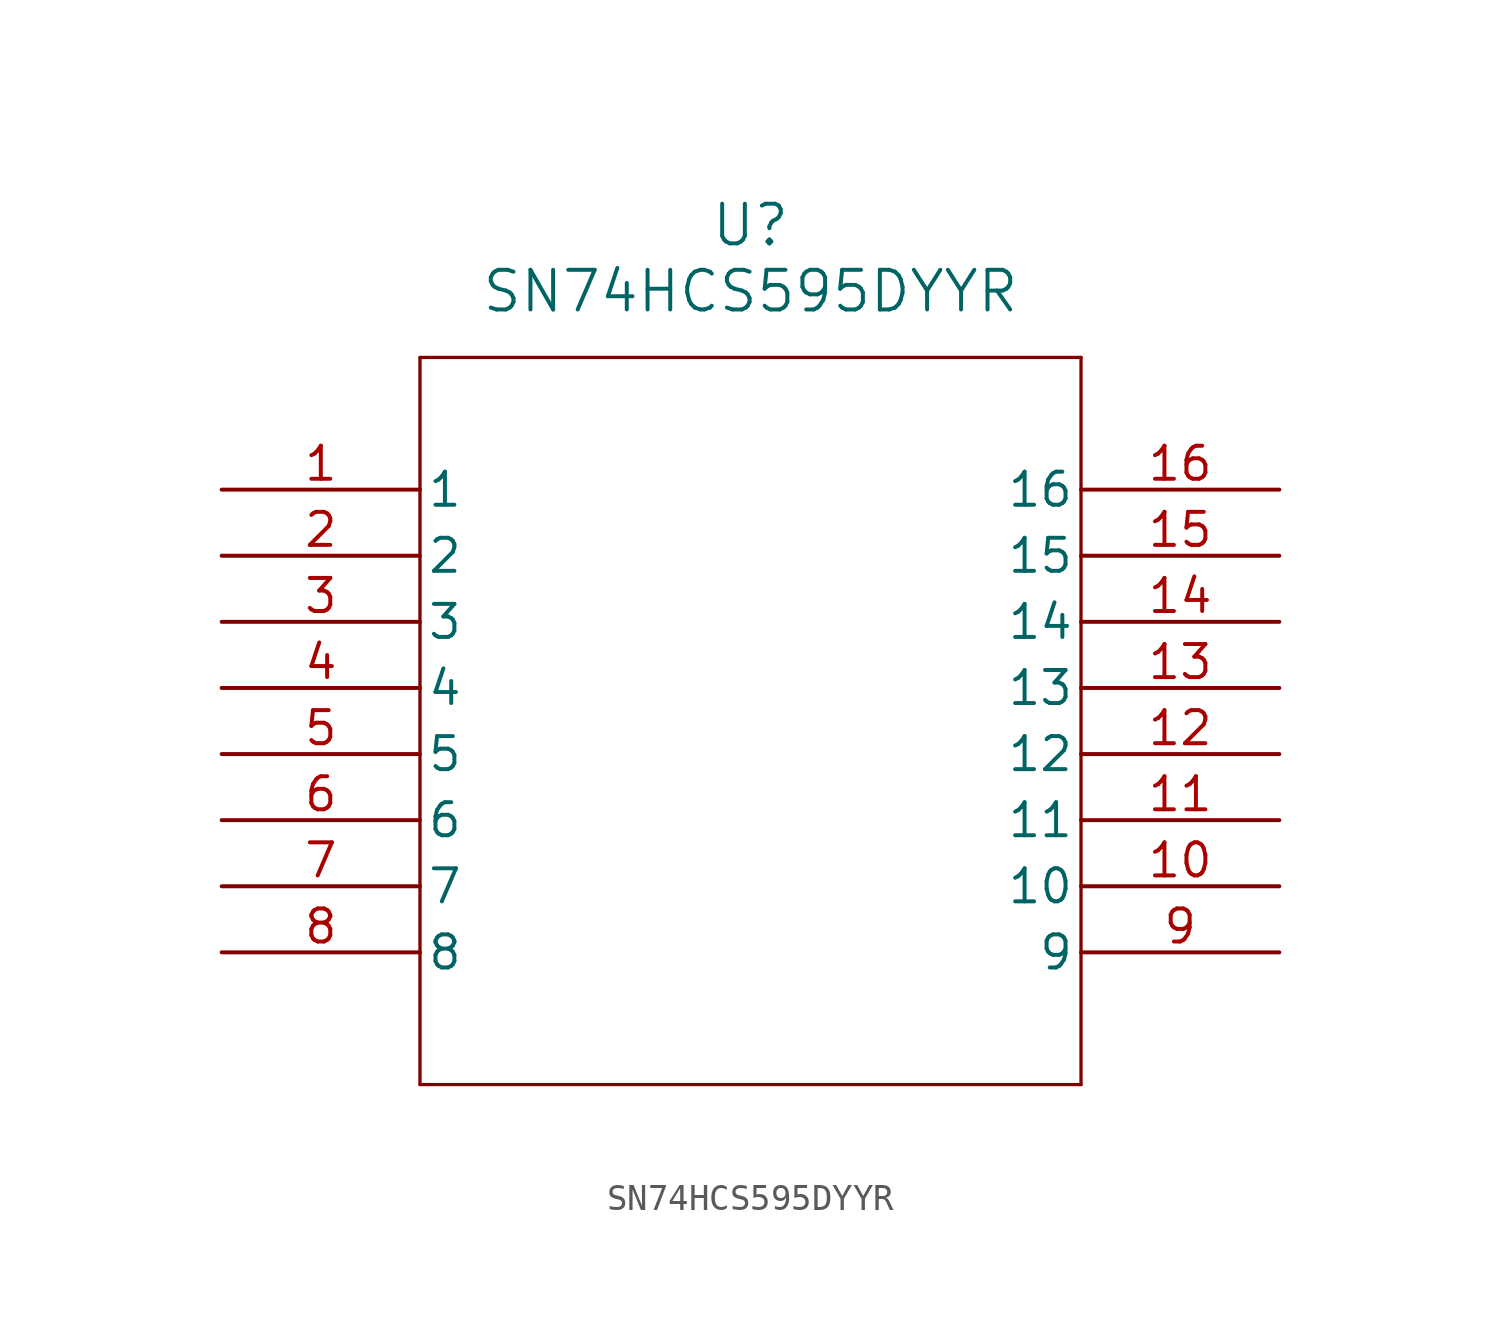
<source format=kicad_sym>
(kicad_symbol_lib
  (version 20211014)
  (generator kicad_symbol_editor)
  (symbol "SN74HCS595DYYR"
    (pin_names
      (offset 0.254))
    (property "Reference" "U"
      (at 20.32 10.16 0)
      (effects (font (size 1.524 1.524))))
    (property "Value" "SN74HCS595DYYR"
      (at 20.32 7.62 0)
      (effects (font (size 1.524 1.524))))
    (symbol "SN74HCS595DYYR_0_1"
      (polyline (pts (xy 7.62 5.08) (xy 7.62 -22.86)) (stroke (width 0.127) (type default) (color 0 0 0 0)) (fill (type none)))
      (polyline (pts (xy 7.62 -22.86) (xy 33.02 -22.86)) (stroke (width 0.127) (type default) (color 0 0 0 0)) (fill (type none)))
      (polyline (pts (xy 33.02 -22.86) (xy 33.02 5.08)) (stroke (width 0.127) (type default) (color 0 0 0 0)) (fill (type none)))
      (polyline (pts (xy 33.02 5.08) (xy 7.62 5.08)) (stroke (width 0.127) (type default) (color 0 0 0 0)) (fill (type none)))
      (pin unspecified line (at 0 0 0) (length 7.62) (name "1" (effects (font (size 1.27 1.27)))) (number "1" (effects (font (size 1.27 1.27)))))
      (pin unspecified line (at 0 -2.54 0) (length 7.62) (name "2" (effects (font (size 1.27 1.27)))) (number "2" (effects (font (size 1.27 1.27)))))
      (pin unspecified line (at 0 -5.08 0) (length 7.62) (name "3" (effects (font (size 1.27 1.27)))) (number "3" (effects (font (size 1.27 1.27)))))
      (pin unspecified line (at 0 -7.62 0) (length 7.62) (name "4" (effects (font (size 1.27 1.27)))) (number "4" (effects (font (size 1.27 1.27)))))
      (pin unspecified line (at 0 -10.16 0) (length 7.62) (name "5" (effects (font (size 1.27 1.27)))) (number "5" (effects (font (size 1.27 1.27)))))
      (pin unspecified line (at 0 -12.7 0) (length 7.62) (name "6" (effects (font (size 1.27 1.27)))) (number "6" (effects (font (size 1.27 1.27)))))
      (pin unspecified line (at 0 -15.24 0) (length 7.62) (name "7" (effects (font (size 1.27 1.27)))) (number "7" (effects (font (size 1.27 1.27)))))
      (pin unspecified line (at 0 -17.78 0) (length 7.62) (name "8" (effects (font (size 1.27 1.27)))) (number "8" (effects (font (size 1.27 1.27)))))
      (pin unspecified line (at 40.64 -17.78 180) (length 7.62) (name "9" (effects (font (size 1.27 1.27)))) (number "9" (effects (font (size 1.27 1.27)))))
      (pin unspecified line (at 40.64 -15.24 180) (length 7.62) (name "10" (effects (font (size 1.27 1.27)))) (number "10" (effects (font (size 1.27 1.27)))))
      (pin unspecified line (at 40.64 -12.7 180) (length 7.62) (name "11" (effects (font (size 1.27 1.27)))) (number "11" (effects (font (size 1.27 1.27)))))
      (pin unspecified line (at 40.64 -10.16 180) (length 7.62) (name "12" (effects (font (size 1.27 1.27)))) (number "12" (effects (font (size 1.27 1.27)))))
      (pin unspecified line (at 40.64 -7.62 180) (length 7.62) (name "13" (effects (font (size 1.27 1.27)))) (number "13" (effects (font (size 1.27 1.27)))))
      (pin unspecified line (at 40.64 -5.08 180) (length 7.62) (name "14" (effects (font (size 1.27 1.27)))) (number "14" (effects (font (size 1.27 1.27)))))
      (pin unspecified line (at 40.64 -2.54 180) (length 7.62) (name "15" (effects (font (size 1.27 1.27)))) (number "15" (effects (font (size 1.27 1.27)))))
      (pin unspecified line (at 40.64 0 180) (length 7.62) (name "16" (effects (font (size 1.27 1.27)))) (number "16" (effects (font (size 1.27 1.27))))))))
</source>
